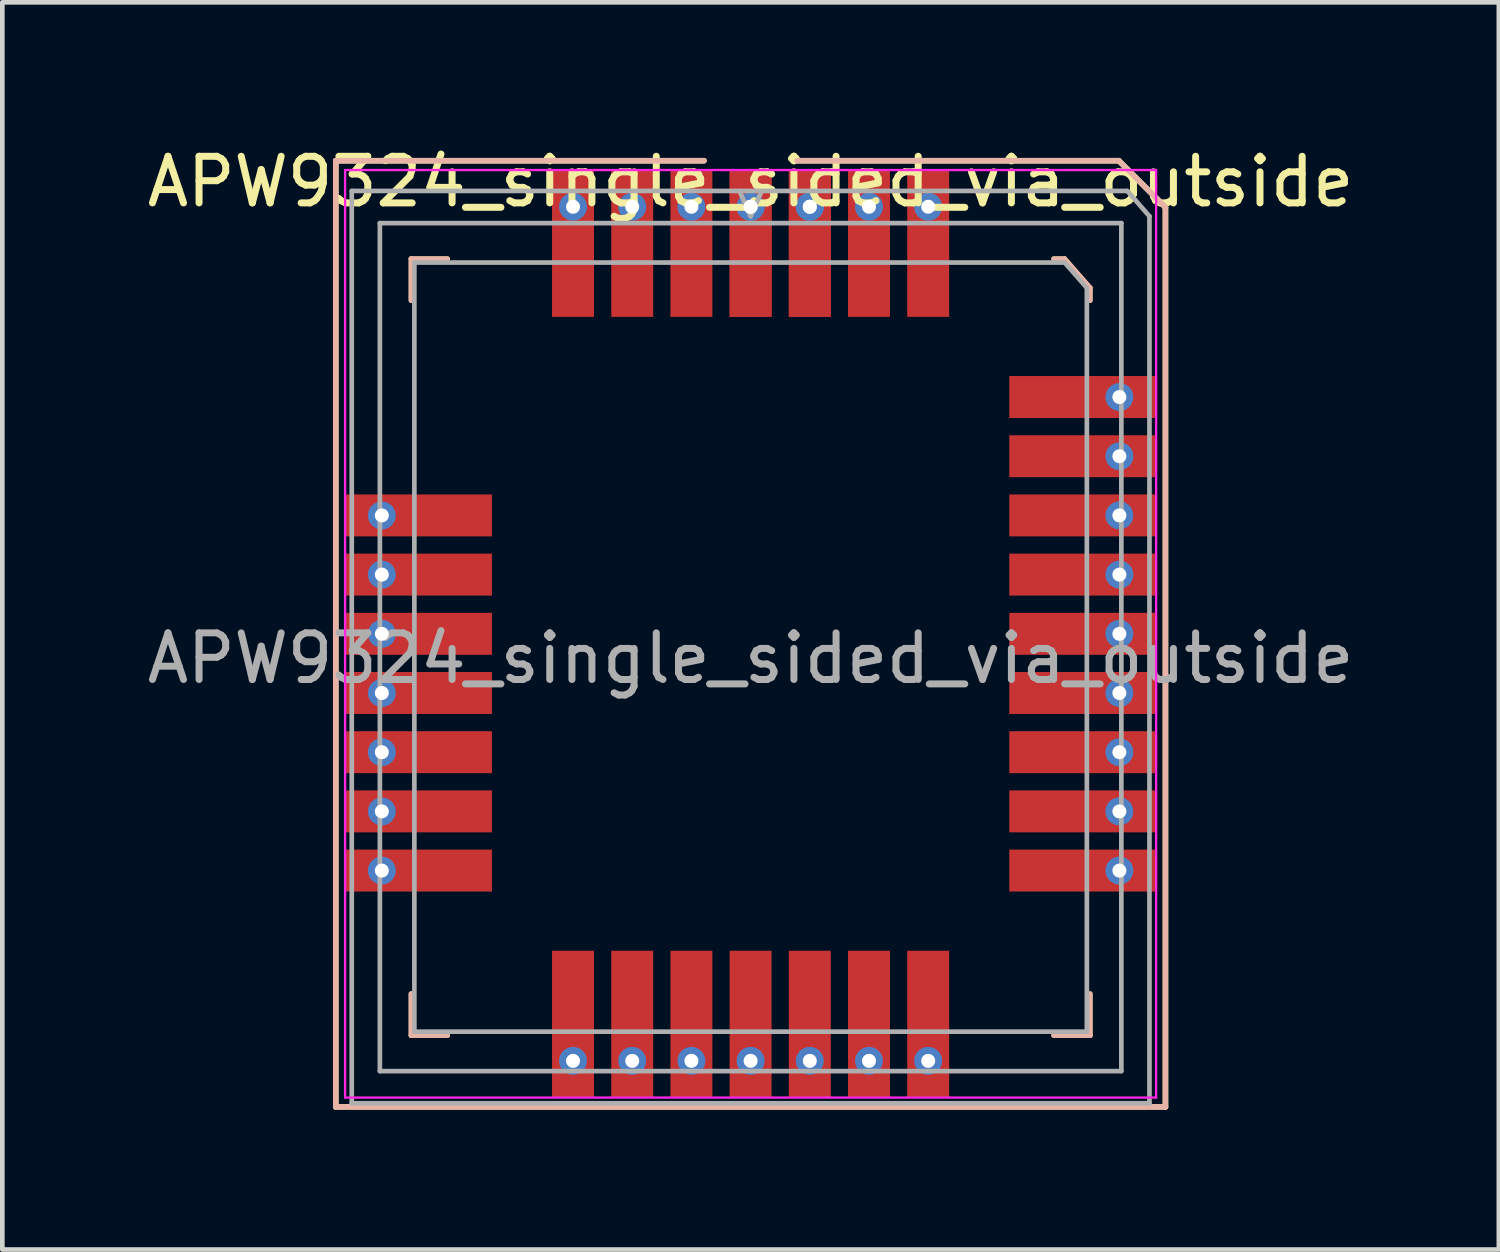
<source format=kicad_pcb>
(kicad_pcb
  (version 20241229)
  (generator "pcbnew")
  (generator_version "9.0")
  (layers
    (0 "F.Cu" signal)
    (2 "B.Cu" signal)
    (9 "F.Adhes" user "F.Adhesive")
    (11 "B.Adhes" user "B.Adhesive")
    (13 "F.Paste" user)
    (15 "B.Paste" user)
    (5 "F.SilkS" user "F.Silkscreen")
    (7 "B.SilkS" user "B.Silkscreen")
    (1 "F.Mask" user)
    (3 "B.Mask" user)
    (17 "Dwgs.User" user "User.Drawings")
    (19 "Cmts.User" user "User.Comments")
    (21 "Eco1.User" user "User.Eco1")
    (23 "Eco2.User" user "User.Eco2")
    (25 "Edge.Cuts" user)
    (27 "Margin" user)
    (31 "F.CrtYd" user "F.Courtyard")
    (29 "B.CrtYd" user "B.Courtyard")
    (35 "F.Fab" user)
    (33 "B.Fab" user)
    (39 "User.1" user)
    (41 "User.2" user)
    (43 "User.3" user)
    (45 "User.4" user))
  (footprint "APW9324_single_sided_via_outside"
    (layer "F.Cu")
    (at 13.054 10.548)
    (property "Reference" "APW9324_single_sided_via_outside" (at 0 -9.7 180) (layer "F.SilkS") (effects (font (size 1 1) (thickness 0.15))))
    (attr smd)
    (fp_line (start -8.9 -10.15) (end -1 -10.15) (stroke (width 0.12) (type solid)) (layer "F.SilkS"))
    (fp_line (start -8.9 10.15) (end -8.9 -10.15) (stroke (width 0.12) (type solid)) (layer "F.SilkS"))
    (fp_line (start -7.286 -8.047) (end -7.286 -7.15) (stroke (width 0.1) (type solid)) (layer "F.SilkS"))
    (fp_line (start -7.286 8.618) (end -7.286 7.721) (stroke (width 0.1) (type solid)) (layer "F.SilkS"))
    (fp_line (start -6.501 -8.047) (end -7.286 -8.047) (stroke (width 0.1) (type solid)) (layer "F.SilkS"))
    (fp_line (start -6.501 8.618) (end -7.286 8.618) (stroke (width 0.1) (type solid)) (layer "F.SilkS"))
    (fp_line (start 1 -10.15) (end 7.9 -10.15) (stroke (width 0.12) (type solid)) (layer "F.SilkS"))
    (fp_line (start 6.501 -8.047) (end 6.739 -8.047) (stroke (width 0.1) (type solid)) (layer "F.SilkS"))
    (fp_line (start 6.501 8.618) (end 7.286 8.618) (stroke (width 0.1) (type solid)) (layer "F.SilkS"))
    (fp_line (start 6.739 -8.047) (end 7.286 -7.422) (stroke (width 0.1) (type solid)) (layer "F.SilkS"))
    (fp_line (start 7.286 -7.422) (end 7.286 -7.15) (stroke (width 0.1) (type solid)) (layer "F.SilkS"))
    (fp_line (start 7.286 8.618) (end 7.286 7.721) (stroke (width 0.1) (type solid)) (layer "F.SilkS"))
    (fp_line (start 7.9 -10.15) (end 8.9 -9.15) (stroke (width 0.12) (type solid)) (layer "F.SilkS"))
    (fp_line (start 8.9 -9.15) (end 8.9 10.15) (stroke (width 0.12) (type solid)) (layer "F.SilkS"))
    (fp_line (start 8.9 10.15) (end -8.9 10.15) (stroke (width 0.12) (type solid)) (layer "F.SilkS"))
    (fp_line (start -8.9 -10.15) (end -1 -10.15) (stroke (width 0.12) (type solid)) (layer "B.SilkS"))
    (fp_line (start -8.9 10.15) (end -8.9 -10.15) (stroke (width 0.12) (type solid)) (layer "B.SilkS"))
    (fp_line (start -7.286 -8.047) (end -7.286 -7.15) (stroke (width 0.1) (type solid)) (layer "B.SilkS"))
    (fp_line (start -7.286 8.618) (end -7.286 7.721) (stroke (width 0.1) (type solid)) (layer "B.SilkS"))
    (fp_line (start -6.501 -8.047) (end -7.286 -8.047) (stroke (width 0.1) (type solid)) (layer "B.SilkS"))
    (fp_line (start -6.501 8.618) (end -7.286 8.618) (stroke (width 0.1) (type solid)) (layer "B.SilkS"))
    (fp_line (start 1 -10.15) (end 7.9 -10.15) (stroke (width 0.12) (type solid)) (layer "B.SilkS"))
    (fp_line (start 6.501 -8.047) (end 6.739 -8.047) (stroke (width 0.1) (type solid)) (layer "B.SilkS"))
    (fp_line (start 6.501 8.618) (end 7.286 8.618) (stroke (width 0.1) (type solid)) (layer "B.SilkS"))
    (fp_line (start 6.739 -8.047) (end 7.286 -7.422) (stroke (width 0.1) (type solid)) (layer "B.SilkS"))
    (fp_line (start 7.286 -7.422) (end 7.286 -7.15) (stroke (width 0.1) (type solid)) (layer "B.SilkS"))
    (fp_line (start 7.286 8.618) (end 7.286 7.721) (stroke (width 0.1) (type solid)) (layer "B.SilkS"))
    (fp_line (start 7.9 -10.15) (end 8.9 -9.15) (stroke (width 0.12) (type solid)) (layer "B.SilkS"))
    (fp_line (start 8.9 -9.15) (end 8.9 10.15) (stroke (width 0.12) (type solid)) (layer "B.SilkS"))
    (fp_line (start 8.9 10.15) (end -8.9 10.15) (stroke (width 0.12) (type solid)) (layer "B.SilkS"))
    (fp_line (start -8.7 -9.95) (end 8.7 -9.95) (stroke (width 0.05) (type solid)) (layer "F.CrtYd"))
    (fp_line (start -8.7 9.95) (end -8.7 -9.95) (stroke (width 0.05) (type solid)) (layer "F.CrtYd"))
    (fp_line (start 8.7 -9.95) (end 8.7 9.95) (stroke (width 0.05) (type solid)) (layer "F.CrtYd"))
    (fp_line (start 8.7 9.95) (end -8.7 9.95) (stroke (width 0.05) (type solid)) (layer "F.CrtYd"))
    (fp_line (start -8.557 -9.501) (end 8.082 -9.501) (stroke (width 0.1) (type solid)) (layer "F.Fab"))
    (fp_line (start -8.557 10.072) (end -8.557 -9.501) (stroke (width 0.1) (type solid)) (layer "F.Fab"))
    (fp_line (start -7.954 -8.811) (end 7.954 -8.811) (stroke (width 0.1) (type solid)) (layer "F.Fab"))
    (fp_line (start -7.954 9.382) (end -7.954 -8.811) (stroke (width 0.1) (type solid)) (layer "F.Fab"))
    (fp_line (start -7.214 -7.965) (end 6.739 -7.965) (stroke (width 0.1) (type solid)) (layer "F.Fab"))
    (fp_line (start -7.214 8.536) (end -7.214 -7.965) (stroke (width 0.1) (type solid)) (layer "F.Fab"))
    (fp_line (start 0 -8.958) (end -0.238 -9.501) (stroke (width 0.1) (type solid)) (layer "F.Fab"))
    (fp_line (start 0.238 -9.501) (end 0 -8.958) (stroke (width 0.1) (type solid)) (layer "F.Fab"))
    (fp_line (start 6.739 -7.965) (end 7.214 -7.422) (stroke (width 0.1) (type solid)) (layer "F.Fab"))
    (fp_line (start 7.214 -7.422) (end 7.214 8.536) (stroke (width 0.1) (type solid)) (layer "F.Fab"))
    (fp_line (start 7.214 8.536) (end -7.214 8.536) (stroke (width 0.1) (type solid)) (layer "F.Fab"))
    (fp_line (start 7.954 -8.811) (end 7.954 9.382) (stroke (width 0.1) (type solid)) (layer "F.Fab"))
    (fp_line (start 7.954 9.382) (end -7.954 9.382) (stroke (width 0.1) (type solid)) (layer "F.Fab"))
    (fp_line (start 8.082 -9.501) (end 8.557 -8.958) (stroke (width 0.1) (type solid)) (layer "F.Fab"))
    (fp_line (start 8.557 -8.958) (end 8.557 10.072) (stroke (width 0.1) (type solid)) (layer "F.Fab"))
    (fp_line (start 8.557 10.072) (end -8.557 10.072) (stroke (width 0.1) (type solid)) (layer "F.Fab"))
    (fp_text user "${REFERENCE}" (at 0 0.525 180) (layer "F.Fab") (effects (font (size 1 1) (thickness 0.15))))
    (pad "" thru_hole circle (at -7.912 -2.54) (size 0.6 0.6) (drill 0.3) (layers "*.Cu" "*.Mask"))
    (pad "" thru_hole circle (at -7.912 -1.27) (size 0.6 0.6) (drill 0.3) (layers "*.Cu" "*.Mask"))
    (pad "" thru_hole circle (at -7.912 0) (size 0.6 0.6) (drill 0.3) (layers "*.Cu" "*.Mask"))
    (pad "" thru_hole circle (at -7.912 1.27) (size 0.6 0.6) (drill 0.3) (layers "*.Cu" "*.Mask"))
    (pad "" thru_hole circle (at -7.912 2.54) (size 0.6 0.6) (drill 0.3) (layers "*.Cu" "*.Mask"))
    (pad "" thru_hole circle (at -7.912 3.81) (size 0.6 0.6) (drill 0.3) (layers "*.Cu" "*.Mask"))
    (pad "" thru_hole circle (at -7.912 5.08) (size 0.6 0.6) (drill 0.3) (layers "*.Cu" "*.Mask"))
    (pad "" thru_hole circle (at -3.81 -9.162) (size 0.6 0.6) (drill 0.3) (layers "*.Cu" "*.Mask"))
    (pad "" thru_hole circle (at -3.81 9.162) (size 0.6 0.6) (drill 0.3) (layers "*.Cu" "*.Mask"))
    (pad "" thru_hole circle (at -2.54 -9.162) (size 0.6 0.6) (drill 0.3) (layers "*.Cu" "*.Mask"))
    (pad "" thru_hole circle (at -2.54 9.162) (size 0.6 0.6) (drill 0.3) (layers "*.Cu" "*.Mask"))
    (pad "" thru_hole circle (at -1.27 -9.162) (size 0.6 0.6) (drill 0.3) (layers "*.Cu" "*.Mask"))
    (pad "" thru_hole circle (at -1.27 9.162) (size 0.6 0.6) (drill 0.3) (layers "*.Cu" "*.Mask"))
    (pad "" thru_hole circle (at 0 -9.162) (size 0.6 0.6) (drill 0.3) (layers "*.Cu" "*.Mask"))
    (pad "" thru_hole circle (at 0 -9.162) (size 0.6 0.6) (drill 0.3) (layers "*.Cu" "*.Mask"))
    (pad "" thru_hole circle (at 0 9.162) (size 0.6 0.6) (drill 0.3) (layers "*.Cu" "*.Mask"))
    (pad "" thru_hole circle (at 1.27 -9.162) (size 0.6 0.6) (drill 0.3) (layers "*.Cu" "*.Mask"))
    (pad "" thru_hole circle (at 1.27 -9.162) (size 0.6 0.6) (drill 0.3) (layers "*.Cu" "*.Mask"))
    (pad "" thru_hole circle (at 1.27 9.162) (size 0.6 0.6) (drill 0.3) (layers "*.Cu" "*.Mask"))
    (pad "" thru_hole circle (at 2.54 -9.162) (size 0.6 0.6) (drill 0.3) (layers "*.Cu" "*.Mask"))
    (pad "" thru_hole circle (at 2.54 9.162) (size 0.6 0.6) (drill 0.3) (layers "*.Cu" "*.Mask"))
    (pad "" thru_hole circle (at 3.81 -9.162) (size 0.6 0.6) (drill 0.3) (layers "*.Cu" "*.Mask"))
    (pad "" thru_hole circle (at 3.81 9.162) (size 0.6 0.6) (drill 0.3) (layers "*.Cu" "*.Mask"))
    (pad "" thru_hole circle (at 7.912 -5.08) (size 0.6 0.6) (drill 0.3) (layers "*.Cu" "*.Mask"))
    (pad "" thru_hole circle (at 7.912 -3.81) (size 0.6 0.6) (drill 0.3) (layers "*.Cu" "*.Mask"))
    (pad "" thru_hole circle (at 7.912 -2.54) (size 0.6 0.6) (drill 0.3) (layers "*.Cu" "*.Mask"))
    (pad "" thru_hole circle (at 7.912 -1.27) (size 0.6 0.6) (drill 0.3) (layers "*.Cu" "*.Mask"))
    (pad "" thru_hole circle (at 7.912 0) (size 0.6 0.6) (drill 0.3) (layers "*.Cu" "*.Mask"))
    (pad "" thru_hole circle (at 7.912 1.27) (size 0.6 0.6) (drill 0.3) (layers "*.Cu" "*.Mask"))
    (pad "" thru_hole circle (at 7.912 2.54) (size 0.6 0.6) (drill 0.3) (layers "*.Cu" "*.Mask"))
    (pad "" thru_hole circle (at 7.912 3.81) (size 0.6 0.6) (drill 0.3) (layers "*.Cu" "*.Mask"))
    (pad "" thru_hole circle (at 7.912 5.08) (size 0.6 0.6) (drill 0.3) (layers "*.Cu" "*.Mask"))
    (pad "1" smd rect (at 0 -8.375) (size 0.9 3.15) (layers "F.Cu" "F.Mask" "F.Paste"))
    (pad "2" smd rect (at 1.27 -8.375) (size 0.9 3.15) (layers "F.Cu" "F.Mask" "F.Paste"))
    (pad "3" smd rect (at 2.54 -8.375) (size 0.9 3.15) (layers "F.Cu" "F.Mask" "F.Paste"))
    (pad "4" smd rect (at 3.81 -8.375) (size 0.9 3.15) (layers "F.Cu" "F.Mask" "F.Paste"))
    (pad "5" smd rect (at 7.125 -5.08) (size 3.15 0.9) (layers "F.Cu" "F.Mask" "F.Paste"))
    (pad "6" smd rect (at 7.125 -3.81) (size 3.15 0.9) (layers "F.Cu" "F.Mask" "F.Paste"))
    (pad "7" smd rect (at 7.125 -2.54) (size 3.15 0.9) (layers "F.Cu" "F.Mask" "F.Paste"))
    (pad "8" smd rect (at 7.125 -1.27) (size 3.15 0.9) (layers "F.Cu" "F.Mask" "F.Paste"))
    (pad "9" smd rect (at 7.125 0) (size 3.15 0.9) (layers "F.Cu" "F.Mask" "F.Paste"))
    (pad "10" smd rect (at 7.125 1.27) (size 3.15 0.9) (layers "F.Cu" "F.Mask" "F.Paste"))
    (pad "11" smd rect (at 7.125 2.54) (size 3.15 0.9) (layers "F.Cu" "F.Mask" "F.Paste"))
    (pad "12" smd rect (at 7.125 3.81) (size 3.15 0.9) (layers "F.Cu" "F.Mask" "F.Paste"))
    (pad "13" smd rect (at 7.125 5.08) (size 3.15 0.9) (layers "F.Cu" "F.Mask" "F.Paste"))
    (pad "14" smd rect (at 3.81 8.375) (size 0.9 3.15) (layers "F.Cu" "F.Mask" "F.Paste"))
    (pad "15" smd rect (at 2.54 8.375) (size 0.9 3.15) (layers "F.Cu" "F.Mask" "F.Paste"))
    (pad "16" smd rect (at 1.27 8.375) (size 0.9 3.15) (layers "F.Cu" "F.Mask" "F.Paste"))
    (pad "17" smd rect (at 0 8.375) (size 0.9 3.15) (layers "F.Cu" "F.Mask" "F.Paste"))
    (pad "18" smd rect (at -1.27 8.375) (size 0.9 3.15) (layers "F.Cu" "F.Mask" "F.Paste"))
    (pad "19" smd rect (at -2.54 8.375) (size 0.9 3.15) (layers "F.Cu" "F.Mask" "F.Paste"))
    (pad "20" smd rect (at -3.81 8.375) (size 0.9 3.15) (layers "F.Cu" "F.Mask" "F.Paste"))
    (pad "21" smd rect (at -7.125 5.08) (size 3.15 0.9) (layers "F.Cu" "F.Mask" "F.Paste"))
    (pad "22" smd rect (at -7.125 3.81) (size 3.15 0.9) (layers "F.Cu" "F.Mask" "F.Paste"))
    (pad "23" smd rect (at -7.125 2.54) (size 3.15 0.9) (layers "F.Cu" "F.Mask" "F.Paste"))
    (pad "24" smd rect (at -7.125 1.27) (size 3.15 0.9) (layers "F.Cu" "F.Mask" "F.Paste"))
    (pad "25" smd rect (at -7.125 0) (size 3.15 0.9) (layers "F.Cu" "F.Mask" "F.Paste"))
    (pad "26" smd rect (at -7.125 -1.27) (size 3.15 0.9) (layers "F.Cu" "F.Mask" "F.Paste"))
    (pad "27" smd rect (at -7.125 -2.54) (size 3.15 0.9) (layers "F.Cu" "F.Mask" "F.Paste"))
    (pad "28" smd rect (at -3.81 -8.375) (size 0.9 3.15) (layers "F.Cu" "F.Mask" "F.Paste"))
    (pad "29" smd rect (at -2.54 -8.375) (size 0.9 3.15) (layers "F.Cu" "F.Mask" "F.Paste"))
    (pad "30" smd rect (at -1.27 -8.375) (size 0.9 3.15) (layers "F.Cu" "F.Mask" "F.Paste"))
    (pad "31" smd rect (at 0 -8.375) (size 0.9 3.15) (layers "F.Cu" "F.Mask" "F.Paste"))
    (pad "32" smd rect (at 1.27 -8.375) (size 0.9 3.15) (layers "F.Cu" "F.Mask" "F.Paste")))
  (gr_rect
    (start -3 -3)
    (end 29.107 23.758)
    (stroke (width 0.1) (type default))
    (fill no)
    (layer "Edge.Cuts")))
</source>
